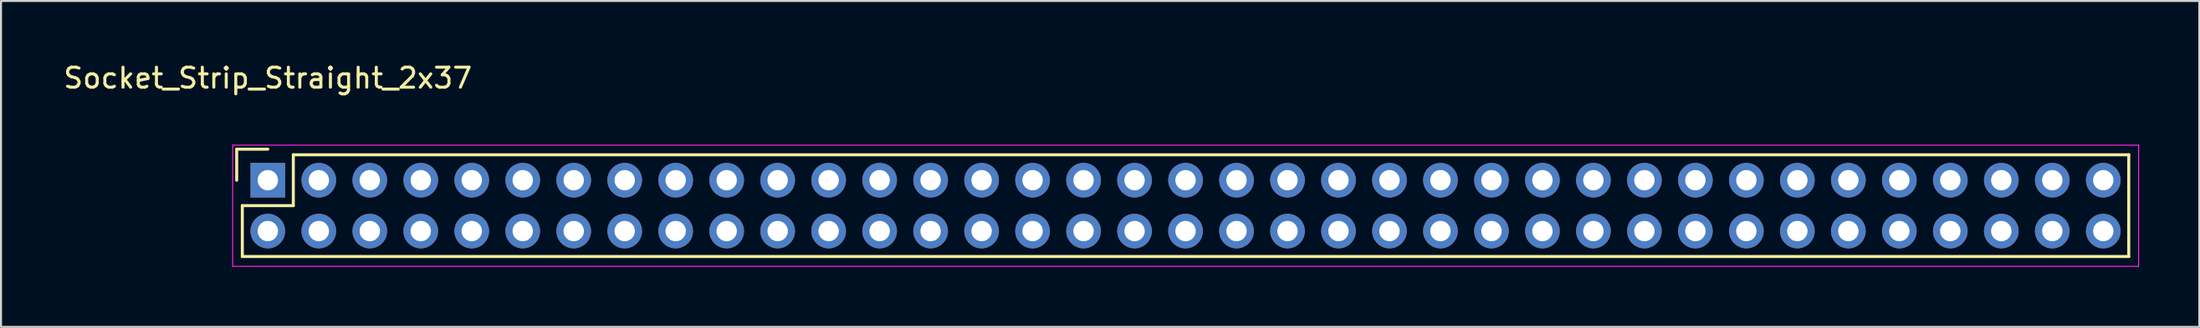
<source format=kicad_pcb>
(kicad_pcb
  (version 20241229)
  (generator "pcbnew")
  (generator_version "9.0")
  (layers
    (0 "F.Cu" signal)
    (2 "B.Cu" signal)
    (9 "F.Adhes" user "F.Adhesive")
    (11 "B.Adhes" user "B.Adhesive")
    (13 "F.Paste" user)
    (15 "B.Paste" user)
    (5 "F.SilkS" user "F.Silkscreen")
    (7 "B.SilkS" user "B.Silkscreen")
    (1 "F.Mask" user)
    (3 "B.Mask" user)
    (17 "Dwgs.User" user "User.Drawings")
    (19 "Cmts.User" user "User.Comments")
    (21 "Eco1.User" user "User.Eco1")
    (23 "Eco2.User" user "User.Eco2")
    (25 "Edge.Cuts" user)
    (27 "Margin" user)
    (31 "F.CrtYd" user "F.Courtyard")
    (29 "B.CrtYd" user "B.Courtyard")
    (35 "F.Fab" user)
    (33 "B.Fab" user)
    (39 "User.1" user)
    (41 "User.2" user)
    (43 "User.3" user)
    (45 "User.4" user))
  (footprint "Socket_Strip_Straight_2x37"
    (layer "F.Cu")
    (at 10.292 5.948)
    (property "Reference" "Socket_Strip_Straight_2x37" (at 0 -5.1 0) (layer "F.SilkS") (effects (font (size 1 1) (thickness 0.15))))
    (attr through_hole)
    (fp_line (start -1.55 -1.55) (end -1.55 0) (stroke (width 0.15) (type solid)) (layer "F.SilkS"))
    (fp_line (start -1.27 1.27) (end 1.27 1.27) (stroke (width 0.15) (type solid)) (layer "F.SilkS"))
    (fp_line (start -1.27 3.81) (end -1.27 1.27) (stroke (width 0.15) (type solid)) (layer "F.SilkS"))
    (fp_line (start -1.27 3.81) (end 92.71 3.81) (stroke (width 0.15) (type solid)) (layer "F.SilkS"))
    (fp_line (start 0 -1.55) (end -1.55 -1.55) (stroke (width 0.15) (type solid)) (layer "F.SilkS"))
    (fp_line (start 1.27 1.27) (end 1.27 -1.27) (stroke (width 0.15) (type solid)) (layer "F.SilkS"))
    (fp_line (start 92.71 -1.27) (end 1.27 -1.27) (stroke (width 0.15) (type solid)) (layer "F.SilkS"))
    (fp_line (start 92.71 3.81) (end 92.71 -1.27) (stroke (width 0.15) (type solid)) (layer "F.SilkS"))
    (fp_line (start -1.75 -1.75) (end -1.75 4.3) (stroke (width 0.05) (type solid)) (layer "F.CrtYd"))
    (fp_line (start -1.75 -1.75) (end 93.2 -1.75) (stroke (width 0.05) (type solid)) (layer "F.CrtYd"))
    (fp_line (start -1.75 4.3) (end 93.2 4.3) (stroke (width 0.05) (type solid)) (layer "F.CrtYd"))
    (fp_line (start 93.2 -1.75) (end 93.2 4.3) (stroke (width 0.05) (type solid)) (layer "F.CrtYd"))
    (pad "1" thru_hole rect (at 0 0) (size 1.727 1.727) (drill 1.016) (layers "*.Cu" "*.Mask"))
    (pad "2" thru_hole oval (at 0 2.54) (size 1.727 1.727) (drill 1.016) (layers "*.Cu" "*.Mask"))
    (pad "3" thru_hole oval (at 2.54 0) (size 1.727 1.727) (drill 1.016) (layers "*.Cu" "*.Mask"))
    (pad "4" thru_hole oval (at 2.54 2.54) (size 1.727 1.727) (drill 1.016) (layers "*.Cu" "*.Mask"))
    (pad "5" thru_hole oval (at 5.08 0) (size 1.727 1.727) (drill 1.016) (layers "*.Cu" "*.Mask"))
    (pad "6" thru_hole oval (at 5.08 2.54) (size 1.727 1.727) (drill 1.016) (layers "*.Cu" "*.Mask"))
    (pad "7" thru_hole oval (at 7.62 0) (size 1.727 1.727) (drill 1.016) (layers "*.Cu" "*.Mask"))
    (pad "8" thru_hole oval (at 7.62 2.54) (size 1.727 1.727) (drill 1.016) (layers "*.Cu" "*.Mask"))
    (pad "9" thru_hole oval (at 10.16 0) (size 1.727 1.727) (drill 1.016) (layers "*.Cu" "*.Mask"))
    (pad "10" thru_hole oval (at 10.16 2.54) (size 1.727 1.727) (drill 1.016) (layers "*.Cu" "*.Mask"))
    (pad "11" thru_hole oval (at 12.7 0) (size 1.727 1.727) (drill 1.016) (layers "*.Cu" "*.Mask"))
    (pad "12" thru_hole oval (at 12.7 2.54) (size 1.727 1.727) (drill 1.016) (layers "*.Cu" "*.Mask"))
    (pad "13" thru_hole oval (at 15.24 0) (size 1.727 1.727) (drill 1.016) (layers "*.Cu" "*.Mask"))
    (pad "14" thru_hole oval (at 15.24 2.54) (size 1.727 1.727) (drill 1.016) (layers "*.Cu" "*.Mask"))
    (pad "15" thru_hole oval (at 17.78 0) (size 1.727 1.727) (drill 1.016) (layers "*.Cu" "*.Mask"))
    (pad "16" thru_hole oval (at 17.78 2.54) (size 1.727 1.727) (drill 1.016) (layers "*.Cu" "*.Mask"))
    (pad "17" thru_hole oval (at 20.32 0) (size 1.727 1.727) (drill 1.016) (layers "*.Cu" "*.Mask"))
    (pad "18" thru_hole oval (at 20.32 2.54) (size 1.727 1.727) (drill 1.016) (layers "*.Cu" "*.Mask"))
    (pad "19" thru_hole oval (at 22.86 0) (size 1.727 1.727) (drill 1.016) (layers "*.Cu" "*.Mask"))
    (pad "20" thru_hole oval (at 22.86 2.54) (size 1.727 1.727) (drill 1.016) (layers "*.Cu" "*.Mask"))
    (pad "21" thru_hole oval (at 25.4 0) (size 1.727 1.727) (drill 1.016) (layers "*.Cu" "*.Mask"))
    (pad "22" thru_hole oval (at 25.4 2.54) (size 1.727 1.727) (drill 1.016) (layers "*.Cu" "*.Mask"))
    (pad "23" thru_hole oval (at 27.94 0) (size 1.727 1.727) (drill 1.016) (layers "*.Cu" "*.Mask"))
    (pad "24" thru_hole oval (at 27.94 2.54) (size 1.727 1.727) (drill 1.016) (layers "*.Cu" "*.Mask"))
    (pad "25" thru_hole oval (at 30.48 0) (size 1.727 1.727) (drill 1.016) (layers "*.Cu" "*.Mask"))
    (pad "26" thru_hole oval (at 30.48 2.54) (size 1.727 1.727) (drill 1.016) (layers "*.Cu" "*.Mask"))
    (pad "27" thru_hole oval (at 33.02 0) (size 1.727 1.727) (drill 1.016) (layers "*.Cu" "*.Mask"))
    (pad "28" thru_hole oval (at 33.02 2.54) (size 1.727 1.727) (drill 1.016) (layers "*.Cu" "*.Mask"))
    (pad "29" thru_hole oval (at 35.56 0) (size 1.727 1.727) (drill 1.016) (layers "*.Cu" "*.Mask"))
    (pad "30" thru_hole oval (at 35.56 2.54) (size 1.727 1.727) (drill 1.016) (layers "*.Cu" "*.Mask"))
    (pad "31" thru_hole oval (at 38.1 0) (size 1.727 1.727) (drill 1.016) (layers "*.Cu" "*.Mask"))
    (pad "32" thru_hole oval (at 38.1 2.54) (size 1.727 1.727) (drill 1.016) (layers "*.Cu" "*.Mask"))
    (pad "33" thru_hole oval (at 40.64 0) (size 1.727 1.727) (drill 1.016) (layers "*.Cu" "*.Mask"))
    (pad "34" thru_hole oval (at 40.64 2.54) (size 1.727 1.727) (drill 1.016) (layers "*.Cu" "*.Mask"))
    (pad "35" thru_hole oval (at 43.18 0) (size 1.727 1.727) (drill 1.016) (layers "*.Cu" "*.Mask"))
    (pad "36" thru_hole oval (at 43.18 2.54) (size 1.727 1.727) (drill 1.016) (layers "*.Cu" "*.Mask"))
    (pad "37" thru_hole oval (at 45.72 0) (size 1.727 1.727) (drill 1.016) (layers "*.Cu" "*.Mask"))
    (pad "38" thru_hole oval (at 45.72 2.54) (size 1.727 1.727) (drill 1.016) (layers "*.Cu" "*.Mask"))
    (pad "39" thru_hole oval (at 48.26 0) (size 1.727 1.727) (drill 1.016) (layers "*.Cu" "*.Mask"))
    (pad "40" thru_hole oval (at 48.26 2.54) (size 1.727 1.727) (drill 1.016) (layers "*.Cu" "*.Mask"))
    (pad "41" thru_hole oval (at 50.8 0) (size 1.727 1.727) (drill 1.016) (layers "*.Cu" "*.Mask"))
    (pad "42" thru_hole oval (at 50.8 2.54) (size 1.727 1.727) (drill 1.016) (layers "*.Cu" "*.Mask"))
    (pad "43" thru_hole oval (at 53.34 0) (size 1.727 1.727) (drill 1.016) (layers "*.Cu" "*.Mask"))
    (pad "44" thru_hole oval (at 53.34 2.54) (size 1.727 1.727) (drill 1.016) (layers "*.Cu" "*.Mask"))
    (pad "45" thru_hole oval (at 55.88 0) (size 1.727 1.727) (drill 1.016) (layers "*.Cu" "*.Mask"))
    (pad "46" thru_hole oval (at 55.88 2.54) (size 1.727 1.727) (drill 1.016) (layers "*.Cu" "*.Mask"))
    (pad "47" thru_hole oval (at 58.42 0) (size 1.727 1.727) (drill 1.016) (layers "*.Cu" "*.Mask"))
    (pad "48" thru_hole oval (at 58.42 2.54) (size 1.727 1.727) (drill 1.016) (layers "*.Cu" "*.Mask"))
    (pad "49" thru_hole oval (at 60.96 0) (size 1.727 1.727) (drill 1.016) (layers "*.Cu" "*.Mask"))
    (pad "50" thru_hole oval (at 60.96 2.54) (size 1.727 1.727) (drill 1.016) (layers "*.Cu" "*.Mask"))
    (pad "51" thru_hole oval (at 63.5 0) (size 1.727 1.727) (drill 1.016) (layers "*.Cu" "*.Mask"))
    (pad "52" thru_hole oval (at 63.5 2.54) (size 1.727 1.727) (drill 1.016) (layers "*.Cu" "*.Mask"))
    (pad "53" thru_hole oval (at 66.04 0) (size 1.727 1.727) (drill 1.016) (layers "*.Cu" "*.Mask"))
    (pad "54" thru_hole oval (at 66.04 2.54) (size 1.727 1.727) (drill 1.016) (layers "*.Cu" "*.Mask"))
    (pad "55" thru_hole oval (at 68.58 0) (size 1.727 1.727) (drill 1.016) (layers "*.Cu" "*.Mask"))
    (pad "56" thru_hole oval (at 68.58 2.54) (size 1.727 1.727) (drill 1.016) (layers "*.Cu" "*.Mask"))
    (pad "57" thru_hole oval (at 71.12 0) (size 1.727 1.727) (drill 1.016) (layers "*.Cu" "*.Mask"))
    (pad "58" thru_hole oval (at 71.12 2.54) (size 1.727 1.727) (drill 1.016) (layers "*.Cu" "*.Mask"))
    (pad "59" thru_hole oval (at 73.66 0) (size 1.727 1.727) (drill 1.016) (layers "*.Cu" "*.Mask"))
    (pad "60" thru_hole oval (at 73.66 2.54) (size 1.727 1.727) (drill 1.016) (layers "*.Cu" "*.Mask"))
    (pad "61" thru_hole oval (at 76.2 0) (size 1.727 1.727) (drill 1.016) (layers "*.Cu" "*.Mask"))
    (pad "62" thru_hole oval (at 76.2 2.54) (size 1.727 1.727) (drill 1.016) (layers "*.Cu" "*.Mask"))
    (pad "63" thru_hole oval (at 78.74 0) (size 1.727 1.727) (drill 1.016) (layers "*.Cu" "*.Mask"))
    (pad "64" thru_hole oval (at 78.74 2.54) (size 1.727 1.727) (drill 1.016) (layers "*.Cu" "*.Mask"))
    (pad "65" thru_hole oval (at 81.28 0) (size 1.727 1.727) (drill 1.016) (layers "*.Cu" "*.Mask"))
    (pad "66" thru_hole oval (at 81.28 2.54) (size 1.727 1.727) (drill 1.016) (layers "*.Cu" "*.Mask"))
    (pad "67" thru_hole oval (at 83.82 0) (size 1.727 1.727) (drill 1.016) (layers "*.Cu" "*.Mask"))
    (pad "68" thru_hole oval (at 83.82 2.54) (size 1.727 1.727) (drill 1.016) (layers "*.Cu" "*.Mask"))
    (pad "69" thru_hole oval (at 86.36 0) (size 1.727 1.727) (drill 1.016) (layers "*.Cu" "*.Mask"))
    (pad "70" thru_hole oval (at 86.36 2.54) (size 1.727 1.727) (drill 1.016) (layers "*.Cu" "*.Mask"))
    (pad "71" thru_hole oval (at 88.9 0) (size 1.727 1.727) (drill 1.016) (layers "*.Cu" "*.Mask"))
    (pad "72" thru_hole oval (at 88.9 2.54) (size 1.727 1.727) (drill 1.016) (layers "*.Cu" "*.Mask"))
    (pad "73" thru_hole oval (at 91.44 0) (size 1.727 1.727) (drill 1.016) (layers "*.Cu" "*.Mask"))
    (pad "74" thru_hole oval (at 91.44 2.54) (size 1.727 1.727) (drill 1.016) (layers "*.Cu" "*.Mask")))
  (gr_rect
    (start -3 -3)
    (end 106.517 13.273)
    (stroke (width 0.1) (type default))
    (fill no)
    (layer "Edge.Cuts")))
</source>
